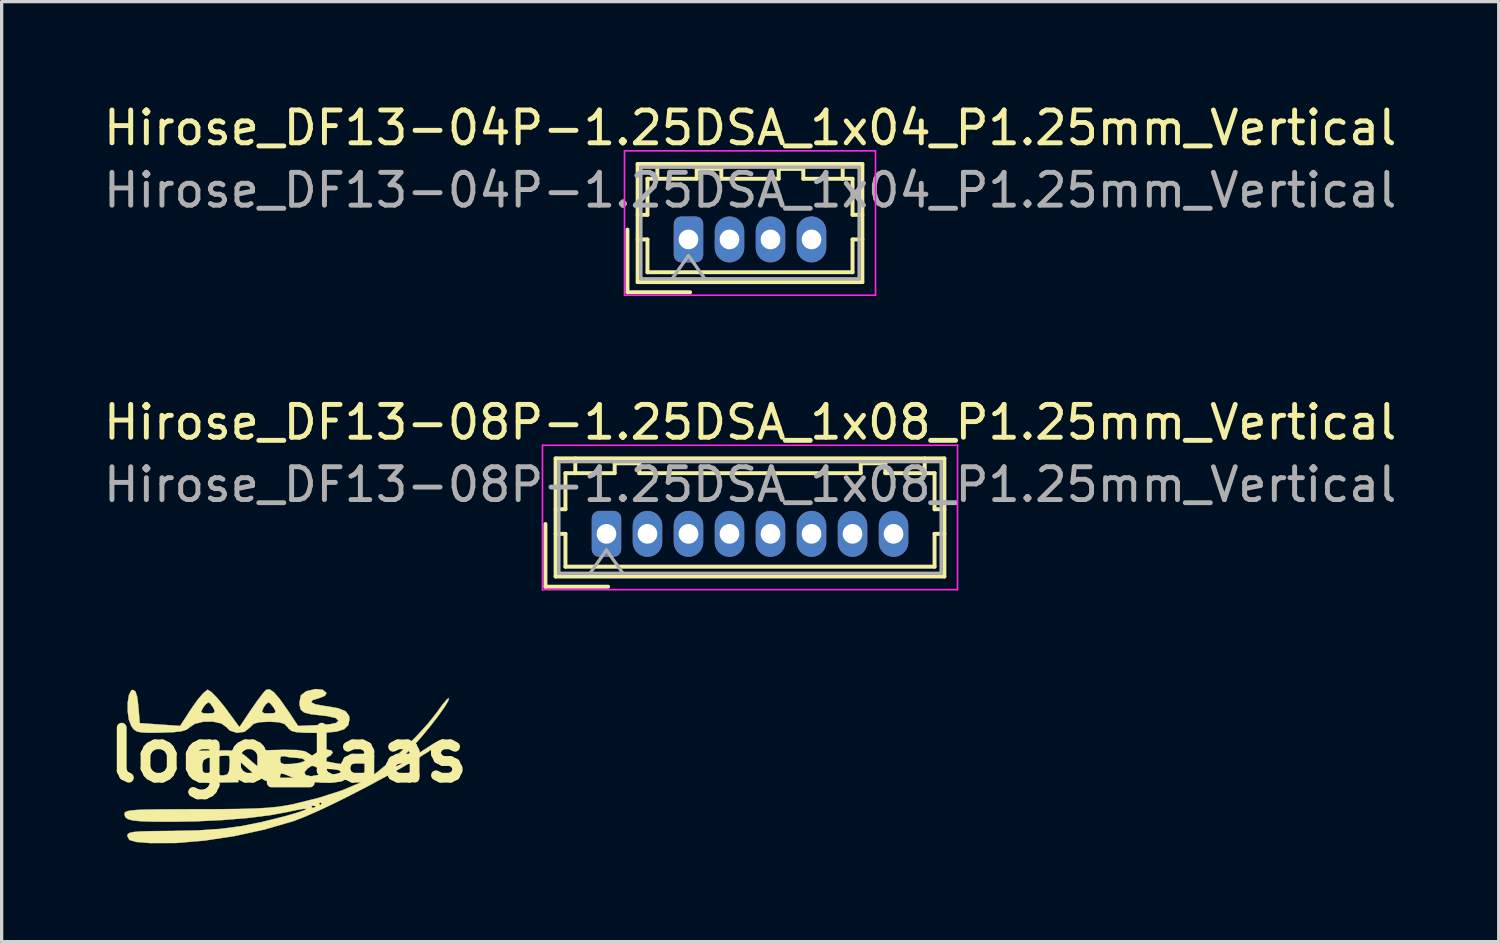
<source format=kicad_pcb>
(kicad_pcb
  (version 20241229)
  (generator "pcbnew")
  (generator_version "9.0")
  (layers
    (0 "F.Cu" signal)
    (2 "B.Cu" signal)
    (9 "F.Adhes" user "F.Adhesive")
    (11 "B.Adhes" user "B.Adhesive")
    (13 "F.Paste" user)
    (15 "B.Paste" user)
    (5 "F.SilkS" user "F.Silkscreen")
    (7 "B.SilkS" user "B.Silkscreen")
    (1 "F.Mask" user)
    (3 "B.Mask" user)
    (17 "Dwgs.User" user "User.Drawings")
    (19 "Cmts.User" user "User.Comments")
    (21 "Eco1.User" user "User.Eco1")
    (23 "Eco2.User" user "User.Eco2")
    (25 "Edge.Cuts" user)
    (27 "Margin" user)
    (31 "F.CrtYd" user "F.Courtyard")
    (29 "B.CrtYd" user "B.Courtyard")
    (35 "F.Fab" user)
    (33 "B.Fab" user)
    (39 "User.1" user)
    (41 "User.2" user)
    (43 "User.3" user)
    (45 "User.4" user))
  (footprint "Hirose_DF13-04P-1.25DSA_1x04_P1.25mm_Vertical"
    (layer "F.Cu")
    (at 17.935 4.248)
    (property "Reference" "Hirose_DF13-04P-1.25DSA_1x04_P1.25mm_Vertical" (at 1.88 -3.4 0) (layer "F.SilkS") (effects (font (size 1 1) (thickness 0.15))))
    (attr through_hole)
    (fp_line (start -1.86 -0.3) (end -1.86 1.61) (stroke (width 0.12) (type solid)) (layer "F.SilkS"))
    (fp_line (start -1.86 1.61) (end 0.05 1.61) (stroke (width 0.12) (type solid)) (layer "F.SilkS"))
    (fp_line (start -1.55 -2.3) (end -1.55 1.3) (stroke (width 0.12) (type solid)) (layer "F.SilkS"))
    (fp_line (start -1.55 -0.75) (end -1.25 -0.75) (stroke (width 0.12) (type solid)) (layer "F.SilkS"))
    (fp_line (start -1.55 0) (end -1.25 0) (stroke (width 0.12) (type solid)) (layer "F.SilkS"))
    (fp_line (start -1.55 1.3) (end 5.3 1.3) (stroke (width 0.12) (type solid)) (layer "F.SilkS"))
    (fp_line (start -1.25 -1.85) (end -0.95 -1.85) (stroke (width 0.12) (type solid)) (layer "F.SilkS"))
    (fp_line (start -1.25 -0.75) (end -1.25 -1.85) (stroke (width 0.12) (type solid)) (layer "F.SilkS"))
    (fp_line (start -1.25 0) (end -1.25 1) (stroke (width 0.12) (type solid)) (layer "F.SilkS"))
    (fp_line (start -1.25 1) (end 5 1) (stroke (width 0.12) (type solid)) (layer "F.SilkS"))
    (fp_line (start -0.95 -1.85) (end -0.95 -2.3) (stroke (width 0.12) (type solid)) (layer "F.SilkS"))
    (fp_line (start -0.95 -1.85) (end 0.25 -1.85) (stroke (width 0.12) (type solid)) (layer "F.SilkS"))
    (fp_line (start 0.25 -2.15) (end 1 -2.15) (stroke (width 0.12) (type solid)) (layer "F.SilkS"))
    (fp_line (start 0.25 -1.85) (end 0.25 -2.15) (stroke (width 0.12) (type solid)) (layer "F.SilkS"))
    (fp_line (start 1 -2.15) (end 1 -1.85) (stroke (width 0.12) (type solid)) (layer "F.SilkS"))
    (fp_line (start 1 -1.85) (end 2.75 -1.85) (stroke (width 0.12) (type solid)) (layer "F.SilkS"))
    (fp_line (start 2.75 -2.15) (end 3.5 -2.15) (stroke (width 0.12) (type solid)) (layer "F.SilkS"))
    (fp_line (start 2.75 -1.85) (end 2.75 -2.15) (stroke (width 0.12) (type solid)) (layer "F.SilkS"))
    (fp_line (start 3.5 -2.15) (end 3.5 -1.85) (stroke (width 0.12) (type solid)) (layer "F.SilkS"))
    (fp_line (start 3.5 -1.85) (end 4.7 -1.85) (stroke (width 0.12) (type solid)) (layer "F.SilkS"))
    (fp_line (start 4.7 -1.85) (end 4.7 -2.3) (stroke (width 0.12) (type solid)) (layer "F.SilkS"))
    (fp_line (start 5 -1.85) (end 4.7 -1.85) (stroke (width 0.12) (type solid)) (layer "F.SilkS"))
    (fp_line (start 5 -0.75) (end 5 -1.85) (stroke (width 0.12) (type solid)) (layer "F.SilkS"))
    (fp_line (start 5 0) (end 5.3 0) (stroke (width 0.12) (type solid)) (layer "F.SilkS"))
    (fp_line (start 5 1) (end 5 0) (stroke (width 0.12) (type solid)) (layer "F.SilkS"))
    (fp_line (start 5.3 -2.3) (end -1.55 -2.3) (stroke (width 0.12) (type solid)) (layer "F.SilkS"))
    (fp_line (start 5.3 -0.75) (end 5 -0.75) (stroke (width 0.12) (type solid)) (layer "F.SilkS"))
    (fp_line (start 5.3 1.3) (end 5.3 -2.3) (stroke (width 0.12) (type solid)) (layer "F.SilkS"))
    (fp_line (start -1.95 -2.7) (end -1.95 1.7) (stroke (width 0.05) (type solid)) (layer "F.CrtYd"))
    (fp_line (start -1.95 1.7) (end 5.7 1.7) (stroke (width 0.05) (type solid)) (layer "F.CrtYd"))
    (fp_line (start 5.7 -2.7) (end -1.95 -2.7) (stroke (width 0.05) (type solid)) (layer "F.CrtYd"))
    (fp_line (start 5.7 1.7) (end 5.7 -2.7) (stroke (width 0.05) (type solid)) (layer "F.CrtYd"))
    (fp_line (start -1.45 -2.2) (end -1.45 1.2) (stroke (width 0.1) (type solid)) (layer "F.Fab"))
    (fp_line (start -1.45 1.2) (end 5.2 1.2) (stroke (width 0.1) (type solid)) (layer "F.Fab"))
    (fp_line (start -0.5 1.2) (end 0 0.493) (stroke (width 0.1) (type solid)) (layer "F.Fab"))
    (fp_line (start 0 0.493) (end 0.5 1.2) (stroke (width 0.1) (type solid)) (layer "F.Fab"))
    (fp_line (start 5.2 -2.2) (end -1.45 -2.2) (stroke (width 0.1) (type solid)) (layer "F.Fab"))
    (fp_line (start 5.2 1.2) (end 5.2 -2.2) (stroke (width 0.1) (type solid)) (layer "F.Fab"))
    (fp_text user "${REFERENCE}" (at 1.88 -1.5 0) (layer "F.Fab") (effects (font (size 1 1) (thickness 0.15))))
    (pad "1" thru_hole roundrect (at 0 0) (size 0.9 1.4) (drill 0.6) (layers "*.Cu" "*.Mask") (roundrect_rratio 0.25))
    (pad "2" thru_hole oval (at 1.25 0) (size 0.9 1.4) (drill 0.6) (layers "*.Cu" "*.Mask"))
    (pad "3" thru_hole oval (at 2.5 0) (size 0.9 1.4) (drill 0.6) (layers "*.Cu" "*.Mask"))
    (pad "4" thru_hole oval (at 3.75 0) (size 0.9 1.4) (drill 0.6) (layers "*.Cu" "*.Mask")))
  (footprint "Hirose_DF13-08P-1.25DSA_1x08_P1.25mm_Vertical"
    (layer "F.Cu")
    (at 15.435 13.222)
    (property "Reference" "Hirose_DF13-08P-1.25DSA_1x08_P1.25mm_Vertical" (at 4.38 -3.4 0) (layer "F.SilkS") (effects (font (size 1 1) (thickness 0.15))))
    (attr through_hole)
    (fp_line (start -1.86 -0.3) (end -1.86 1.61) (stroke (width 0.12) (type solid)) (layer "F.SilkS"))
    (fp_line (start -1.86 1.61) (end 0.05 1.61) (stroke (width 0.12) (type solid)) (layer "F.SilkS"))
    (fp_line (start -1.55 -2.3) (end -1.55 1.3) (stroke (width 0.12) (type solid)) (layer "F.SilkS"))
    (fp_line (start -1.55 -0.75) (end -1.25 -0.75) (stroke (width 0.12) (type solid)) (layer "F.SilkS"))
    (fp_line (start -1.55 0) (end -1.25 0) (stroke (width 0.12) (type solid)) (layer "F.SilkS"))
    (fp_line (start -1.55 1.3) (end 10.3 1.3) (stroke (width 0.12) (type solid)) (layer "F.SilkS"))
    (fp_line (start -1.25 -1.85) (end -0.95 -1.85) (stroke (width 0.12) (type solid)) (layer "F.SilkS"))
    (fp_line (start -1.25 -0.75) (end -1.25 -1.85) (stroke (width 0.12) (type solid)) (layer "F.SilkS"))
    (fp_line (start -1.25 0) (end -1.25 1) (stroke (width 0.12) (type solid)) (layer "F.SilkS"))
    (fp_line (start -1.25 1) (end 10 1) (stroke (width 0.12) (type solid)) (layer "F.SilkS"))
    (fp_line (start -0.95 -1.85) (end -0.95 -2.3) (stroke (width 0.12) (type solid)) (layer "F.SilkS"))
    (fp_line (start -0.95 -1.85) (end 0.25 -1.85) (stroke (width 0.12) (type solid)) (layer "F.SilkS"))
    (fp_line (start 0.25 -2.15) (end 1 -2.15) (stroke (width 0.12) (type solid)) (layer "F.SilkS"))
    (fp_line (start 0.25 -1.85) (end 0.25 -2.15) (stroke (width 0.12) (type solid)) (layer "F.SilkS"))
    (fp_line (start 1 -2.15) (end 1 -1.85) (stroke (width 0.12) (type solid)) (layer "F.SilkS"))
    (fp_line (start 1 -1.85) (end 7.75 -1.85) (stroke (width 0.12) (type solid)) (layer "F.SilkS"))
    (fp_line (start 7.75 -2.15) (end 8.5 -2.15) (stroke (width 0.12) (type solid)) (layer "F.SilkS"))
    (fp_line (start 7.75 -1.85) (end 7.75 -2.15) (stroke (width 0.12) (type solid)) (layer "F.SilkS"))
    (fp_line (start 8.5 -2.15) (end 8.5 -1.85) (stroke (width 0.12) (type solid)) (layer "F.SilkS"))
    (fp_line (start 8.5 -1.85) (end 9.7 -1.85) (stroke (width 0.12) (type solid)) (layer "F.SilkS"))
    (fp_line (start 9.7 -1.85) (end 9.7 -2.3) (stroke (width 0.12) (type solid)) (layer "F.SilkS"))
    (fp_line (start 10 -1.85) (end 9.7 -1.85) (stroke (width 0.12) (type solid)) (layer "F.SilkS"))
    (fp_line (start 10 -0.75) (end 10 -1.85) (stroke (width 0.12) (type solid)) (layer "F.SilkS"))
    (fp_line (start 10 0) (end 10.3 0) (stroke (width 0.12) (type solid)) (layer "F.SilkS"))
    (fp_line (start 10 1) (end 10 0) (stroke (width 0.12) (type solid)) (layer "F.SilkS"))
    (fp_line (start 10.3 -2.3) (end -1.55 -2.3) (stroke (width 0.12) (type solid)) (layer "F.SilkS"))
    (fp_line (start 10.3 -0.75) (end 10 -0.75) (stroke (width 0.12) (type solid)) (layer "F.SilkS"))
    (fp_line (start 10.3 1.3) (end 10.3 -2.3) (stroke (width 0.12) (type solid)) (layer "F.SilkS"))
    (fp_line (start -1.95 -2.7) (end -1.95 1.7) (stroke (width 0.05) (type solid)) (layer "F.CrtYd"))
    (fp_line (start -1.95 1.7) (end 10.7 1.7) (stroke (width 0.05) (type solid)) (layer "F.CrtYd"))
    (fp_line (start 10.7 -2.7) (end -1.95 -2.7) (stroke (width 0.05) (type solid)) (layer "F.CrtYd"))
    (fp_line (start 10.7 1.7) (end 10.7 -2.7) (stroke (width 0.05) (type solid)) (layer "F.CrtYd"))
    (fp_line (start -1.45 -2.2) (end -1.45 1.2) (stroke (width 0.1) (type solid)) (layer "F.Fab"))
    (fp_line (start -1.45 1.2) (end 10.2 1.2) (stroke (width 0.1) (type solid)) (layer "F.Fab"))
    (fp_line (start -0.5 1.2) (end 0 0.493) (stroke (width 0.1) (type solid)) (layer "F.Fab"))
    (fp_line (start 0 0.493) (end 0.5 1.2) (stroke (width 0.1) (type solid)) (layer "F.Fab"))
    (fp_line (start 10.2 -2.2) (end -1.45 -2.2) (stroke (width 0.1) (type solid)) (layer "F.Fab"))
    (fp_line (start 10.2 1.2) (end 10.2 -2.2) (stroke (width 0.1) (type solid)) (layer "F.Fab"))
    (fp_text user "${REFERENCE}" (at 4.38 -1.5 0) (layer "F.Fab") (effects (font (size 1 1) (thickness 0.15))))
    (pad "1" thru_hole roundrect (at 0 0) (size 0.9 1.4) (drill 0.6) (layers "*.Cu" "*.Mask") (roundrect_rratio 0.25))
    (pad "2" thru_hole oval (at 1.25 0) (size 0.9 1.4) (drill 0.6) (layers "*.Cu" "*.Mask"))
    (pad "3" thru_hole oval (at 2.5 0) (size 0.9 1.4) (drill 0.6) (layers "*.Cu" "*.Mask"))
    (pad "4" thru_hole oval (at 3.75 0) (size 0.9 1.4) (drill 0.6) (layers "*.Cu" "*.Mask"))
    (pad "5" thru_hole oval (at 5 0) (size 0.9 1.4) (drill 0.6) (layers "*.Cu" "*.Mask"))
    (pad "6" thru_hole oval (at 6.25 0) (size 0.9 1.4) (drill 0.6) (layers "*.Cu" "*.Mask"))
    (pad "7" thru_hole oval (at 7.5 0) (size 0.9 1.4) (drill 0.6) (layers "*.Cu" "*.Mask"))
    (pad "8" thru_hole oval (at 8.75 0) (size 0.9 1.4) (drill 0.6) (layers "*.Cu" "*.Mask")))
  (footprint "logo_laas"
    (layer "F.Cu")
    (at 5.74 19.965)
    (property "Reference" "logo_laas" (at 0 0 0) (layer "F.SilkS") (effects (font (size 1.524 1.524) (thickness 0.3))))
    (attr through_hole)
    (fp_poly (pts (xy 4.871 -1.65) (xy 4.758 -1.462) (xy 4.576 -1.205) (xy 4.346 -0.906) (xy 4.09 -0.594) (xy 3.829 -0.297) (xy 3.624 -0.082) (xy 3.383 0.163) (xy 3.255 0.305) (xy 3.231 0.359) (xy 3.303 0.338) (xy 3.389 0.296) (xy 3.615 0.168) (xy 3.911 -0.015) (xy 4.176 -0.189) (xy 4.425 -0.348) (xy 4.616 -0.453) (xy 4.71 -0.482) (xy 4.712 -0.481) (xy 4.678 -0.407) (xy 4.513 -0.271) (xy 4.236 -0.085) (xy 3.869 0.141) (xy 3.432 0.395) (xy 2.947 0.666) (xy 2.433 0.942) (xy 1.913 1.212) (xy 1.406 1.465) (xy 0.933 1.689) (xy 0.515 1.873) (xy 0.174 2.006) (xy 0.127 2.021) (xy -0.74 2.272) (xy -1.65 2.469) (xy -2.561 2.607) (xy -3.431 2.68) (xy -4.219 2.682) (xy -4.636 2.648) (xy -4.845 2.587) (xy -4.911 2.467) (xy -4.911 2.466) (xy -4.897 2.411) (xy -4.841 2.372) (xy -4.717 2.344) (xy -4.503 2.327) (xy -4.175 2.318) (xy -3.708 2.313) (xy -3.535 2.312) (xy -2.75 2.295) (xy -2.072 2.249) (xy -1.441 2.166) (xy -0.796 2.037) (xy -0.102 1.863) (xy 0.261 1.758) (xy 0.48 1.682) (xy 0.55 1.64) (xy 0.468 1.637) (xy 0.231 1.678) (xy -0.009 1.731) (xy -0.561 1.833) (xy -1.242 1.917) (xy -2.013 1.981) (xy -2.832 2.02) (xy -3.57 2.032) (xy -4.097 2.029) (xy -4.477 2.018) (xy -4.734 1.994) (xy -4.891 1.953) (xy -4.97 1.893) (xy -4.995 1.808) (xy -4.995 1.79) (xy -4.982 1.748) (xy -4.929 1.715) (xy -4.818 1.691) (xy -4.631 1.673) (xy -4.348 1.661) (xy -3.951 1.655) (xy -3.421 1.651) (xy -2.773 1.65) (xy -2.047 1.648) (xy -1.464 1.641) (xy -0.999 1.627) (xy -0.626 1.606) (xy -0.319 1.576) (xy -0.158 1.552) (xy 0.706 1.552) (xy 0.717 1.603) (xy 0.762 1.609) (xy 0.832 1.578) (xy 0.818 1.552) (xy 0.718 1.542) (xy 0.706 1.552) (xy -0.158 1.552) (xy -0.052 1.536) (xy 0.145 1.497) (xy 0.206 1.482) (xy 0.931 1.482) (xy 0.974 1.524) (xy 1.016 1.482) (xy 0.974 1.439) (xy 0.931 1.482) (xy 0.206 1.482) (xy 0.943 1.298) (xy 1.639 1.074) (xy 2.205 0.835) (xy 2.414 0.724) (xy 2.72 0.511) (xy 3.093 0.202) (xy 3.497 -0.168) (xy 3.892 -0.562) (xy 4.243 -0.945) (xy 4.511 -1.28) (xy 4.537 -1.318) (xy 4.702 -1.545) (xy 4.83 -1.696) (xy 4.893 -1.74) (xy 4.871 -1.65)) (stroke (width 0.01) (type solid)) (fill yes) (layer "F.SilkS"))
    (fp_poly (pts (xy 1.301 -0.146) (xy 1.355 -0.082) (xy 1.285 0.012) (xy 1.164 0.078) (xy 0.974 0.151) (xy 1.185 0.2) (xy 1.445 0.25) (xy 1.608 0.273) (xy 1.791 0.358) (xy 1.854 0.526) (xy 1.777 0.721) (xy 1.772 0.726) (xy 1.619 0.802) (xy 1.348 0.84) (xy 1.008 0.841) (xy 0.645 0.808) (xy 0.307 0.741) (xy 0.106 0.673) (xy -0.113 0.582) (xy -0.218 0.561) (xy -0.251 0.609) (xy -0.254 0.676) (xy -0.314 0.809) (xy -0.474 0.84) (xy -0.704 0.777) (xy -0.973 0.624) (xy -1.1 0.524) (xy 0.487 0.524) (xy 0.526 0.606) (xy 0.531 0.609) (xy 0.697 0.645) (xy 0.748 0.634) (xy 0.898 0.608) (xy 1.14 0.594) (xy 1.235 0.593) (xy 1.459 0.576) (xy 1.593 0.532) (xy 1.609 0.508) (xy 1.533 0.457) (xy 1.342 0.427) (xy 1.233 0.423) (xy 0.994 0.407) (xy 0.834 0.364) (xy 0.806 0.342) (xy 0.713 0.327) (xy 0.592 0.402) (xy 0.487 0.524) (xy -1.1 0.524) (xy -1.146 0.488) (xy -1.524 0.155) (xy -1.524 0.826) (xy -2.161 0.838) (xy -2.514 0.836) (xy -2.728 0.81) (xy -2.83 0.755) (xy -2.844 0.731) (xy -2.866 0.576) (xy -2.868 0.344) (xy -2.625 0.344) (xy -2.612 0.489) (xy -2.543 0.564) (xy -2.375 0.598) (xy -2.223 0.609) (xy -1.98 0.619) (xy -1.858 0.589) (xy -1.81 0.49) (xy -1.794 0.351) (xy -1.786 0.148) (xy -1.804 0.032) (xy -1.807 0.027) (xy -1.907 0.015) (xy -2.115 0.03) (xy -2.236 0.046) (xy -2.474 0.091) (xy -2.588 0.156) (xy -2.623 0.274) (xy -2.625 0.344) (xy -2.868 0.344) (xy -2.868 0.333) (xy -2.863 0.243) (xy -2.836 -0.127) (xy -2.171 -0.14) (xy -1.833 -0.143) (xy -1.611 -0.125) (xy -1.453 -0.072) (xy -1.306 0.031) (xy -1.187 0.135) (xy -0.995 0.3) (xy -0.855 0.404) (xy -0.815 0.423) (xy -0.779 0.349) (xy -0.762 0.167) (xy -0.762 0.14) (xy -0.254 0.14) (xy -0.23 0.236) (xy -0.129 0.275) (xy 0.09 0.27) (xy 0.127 0.267) (xy 0.354 0.234) (xy 0.491 0.185) (xy 0.508 0.161) (xy 0.435 0.107) (xy 0.261 0.085) (xy 0.032 0.067) (xy -0.12 0.033) (xy -0.23 0.041) (xy -0.254 0.14) (xy -0.762 0.14) (xy -0.762 0.139) (xy -0.762 -0.146) (xy -0.136 -0.161) (xy 0.258 -0.155) (xy 0.505 -0.115) (xy 0.607 -0.058) (xy 0.721 0.016) (xy 0.828 -0.051) (xy 0.831 -0.055) (xy 0.971 -0.135) (xy 1.15 -0.167) (xy 1.301 -0.146)) (stroke (width 0.01) (type solid)) (fill yes) (layer "F.SilkS"))
    (fp_poly (pts (xy 1.045 -1.992) (xy 1.161 -1.895) (xy 1.162 -1.892) (xy 1.113 -1.808) (xy 0.95 -1.74) (xy 0.936 -1.737) (xy 0.733 -1.673) (xy 0.696 -1.609) (xy 0.821 -1.549) (xy 1.106 -1.497) (xy 1.159 -1.491) (xy 1.526 -1.427) (xy 1.749 -1.332) (xy 1.85 -1.193) (xy 1.863 -1.096) (xy 1.826 -0.913) (xy 1.7 -0.788) (xy 1.464 -0.714) (xy 1.095 -0.681) (xy 0.841 -0.677) (xy 0.473 -0.682) (xy 0.236 -0.7) (xy 0.094 -0.738) (xy 0.01 -0.805) (xy -0.02 -0.847) (xy -0.12 -0.949) (xy -0.287 -1.001) (xy -0.569 -1.016) (xy -0.593 -1.016) (xy -0.884 -1.003) (xy -1.057 -0.954) (xy -1.16 -0.855) (xy -1.166 -0.847) (xy -1.338 -0.71) (xy -1.57 -0.678) (xy -1.787 -0.75) (xy -1.882 -0.847) (xy -2.043 -0.964) (xy -2.3 -1.021) (xy -2.59 -1.018) (xy -2.85 -0.954) (xy -2.996 -0.857) (xy -3.098 -0.777) (xy -3.254 -0.727) (xy -3.503 -0.698) (xy -3.881 -0.685) (xy -3.894 -0.684) (xy -4.257 -0.681) (xy -4.489 -0.692) (xy -4.63 -0.725) (xy -4.719 -0.79) (xy -4.784 -0.878) (xy -4.861 -1.075) (xy -4.898 -1.333) (xy -4.897 -1.602) (xy -4.86 -1.831) (xy -4.789 -1.97) (xy -4.741 -1.99) (xy -4.661 -1.94) (xy -4.607 -1.772) (xy -4.572 -1.482) (xy -4.53 -0.974) (xy -3.3 -0.889) (xy -3.018 -1.322) (xy -2.662 -1.322) (xy -2.605 -1.277) (xy -2.453 -1.27) (xy -2.28 -1.282) (xy -2.244 -1.342) (xy -2.286 -1.439) (xy -2.381 -1.573) (xy -2.438 -1.609) (xy -2.525 -1.545) (xy -2.605 -1.439) (xy -2.662 -1.322) (xy -3.018 -1.322) (xy -2.941 -1.439) (xy -2.755 -1.701) (xy -2.588 -1.895) (xy -2.47 -1.987) (xy -2.456 -1.99) (xy -2.35 -1.925) (xy -2.18 -1.754) (xy -1.976 -1.509) (xy -1.91 -1.422) (xy -1.492 -0.854) (xy -1.178 -1.322) (xy -0.806 -1.322) (xy -0.74 -1.276) (xy -0.595 -1.27) (xy -0.423 -1.281) (xy -0.389 -1.337) (xy -0.443 -1.439) (xy -0.548 -1.571) (xy -0.61 -1.609) (xy -0.693 -1.543) (xy -0.762 -1.439) (xy -0.806 -1.322) (xy -1.178 -1.322) (xy -1.13 -1.394) (xy -0.944 -1.66) (xy -0.786 -1.87) (xy -0.685 -1.983) (xy -0.676 -1.99) (xy -0.571 -2.003) (xy -0.438 -1.913) (xy -0.259 -1.704) (xy -0.021 -1.366) (xy 0.297 -0.889) (xy 0.91 -0.914) (xy 1.259 -0.939) (xy 1.457 -0.981) (xy 1.524 -1.046) (xy 1.524 -1.05) (xy 1.441 -1.13) (xy 1.193 -1.188) (xy 1.022 -1.207) (xy 0.682 -1.246) (xy 0.478 -1.299) (xy 0.376 -1.387) (xy 0.341 -1.529) (xy 0.339 -1.616) (xy 0.38 -1.822) (xy 0.533 -1.94) (xy 0.566 -1.953) (xy 0.829 -2.013) (xy 1.045 -1.992)) (stroke (width 0.01) (type solid)) (fill yes) (layer "F.SilkS")))
  (gr_rect
    (start -3 -3)
    (end 42.631 25.652)
    (stroke (width 0.1) (type default))
    (fill no)
    (layer "Edge.Cuts")))
</source>
